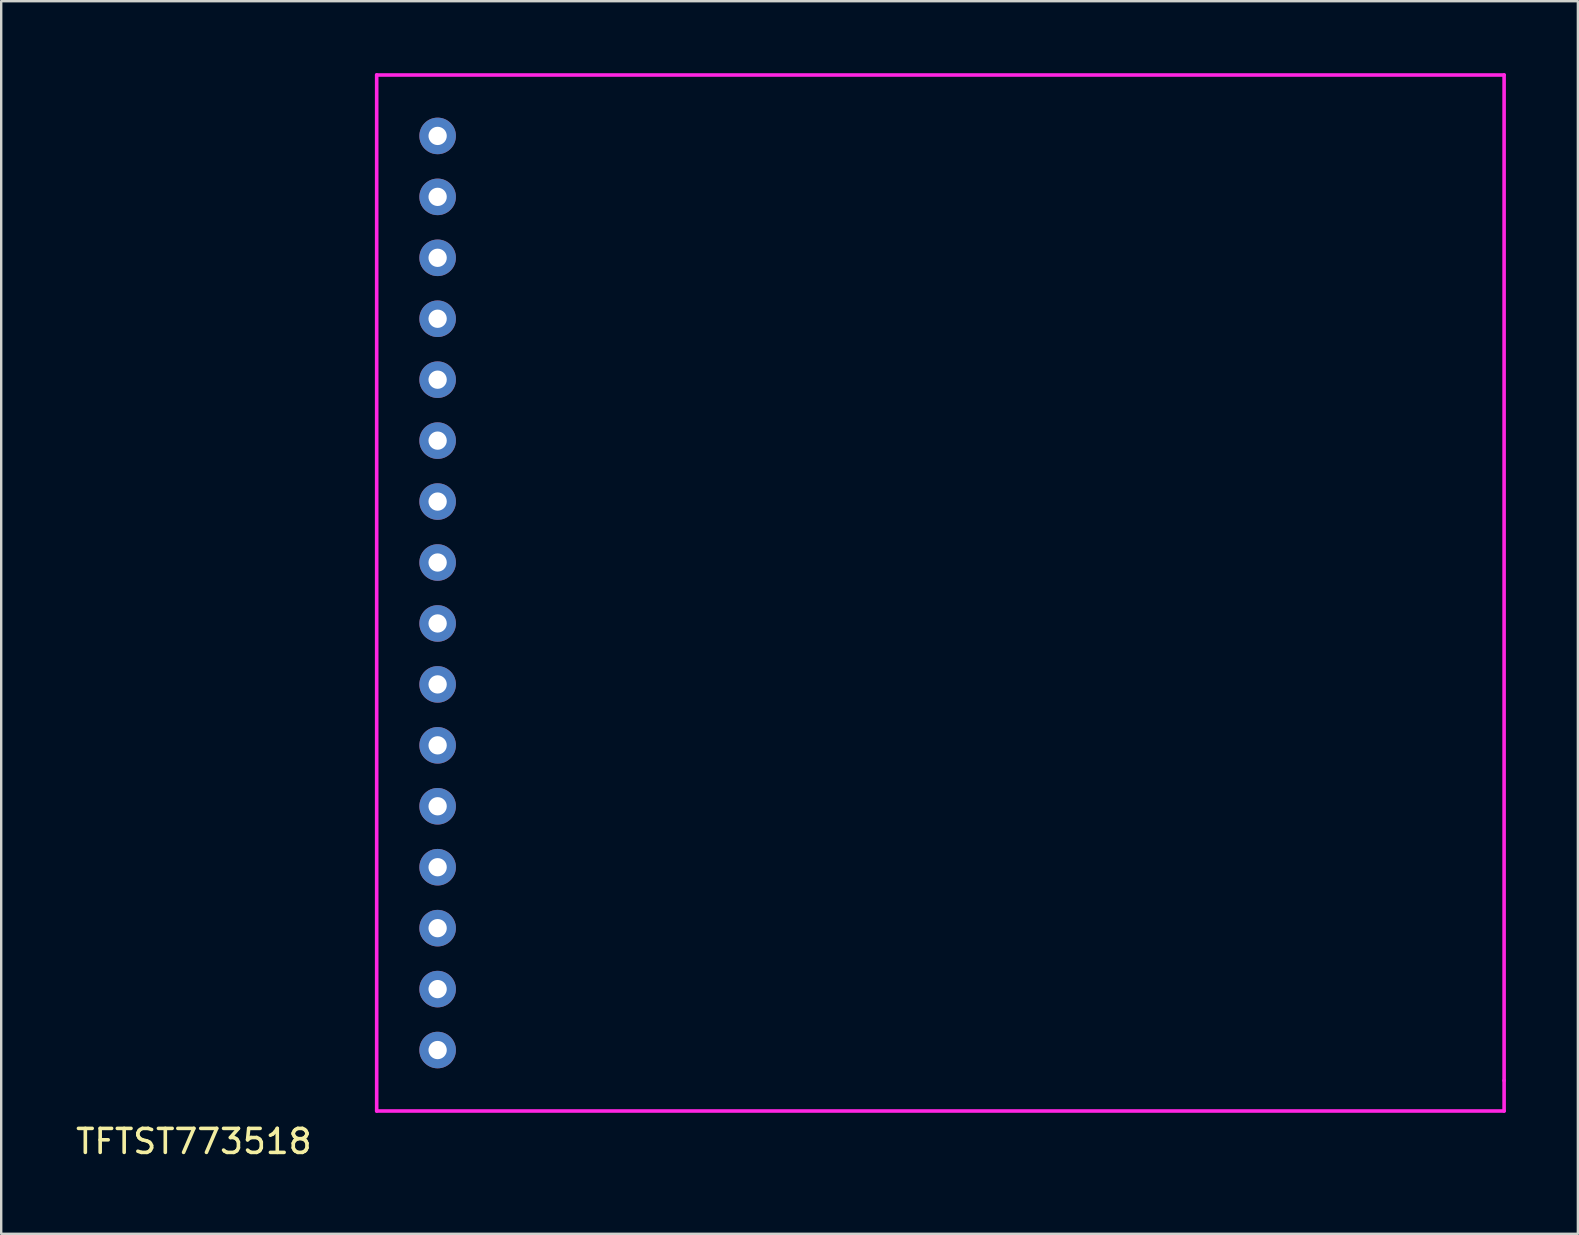
<source format=kicad_pcb>
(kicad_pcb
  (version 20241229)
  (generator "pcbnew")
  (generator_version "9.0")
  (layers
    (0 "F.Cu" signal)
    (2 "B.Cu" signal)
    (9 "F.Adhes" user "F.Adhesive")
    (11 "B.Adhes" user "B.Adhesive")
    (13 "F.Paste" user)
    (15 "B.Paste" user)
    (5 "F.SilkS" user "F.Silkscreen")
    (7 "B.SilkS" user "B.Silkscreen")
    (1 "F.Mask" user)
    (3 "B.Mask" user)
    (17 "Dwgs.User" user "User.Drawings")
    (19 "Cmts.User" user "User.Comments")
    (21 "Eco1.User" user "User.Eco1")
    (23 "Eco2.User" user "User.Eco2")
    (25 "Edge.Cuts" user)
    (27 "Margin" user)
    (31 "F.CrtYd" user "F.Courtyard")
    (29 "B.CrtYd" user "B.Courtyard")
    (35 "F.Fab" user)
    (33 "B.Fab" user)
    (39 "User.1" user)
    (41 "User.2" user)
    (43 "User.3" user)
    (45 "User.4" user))
  (footprint "TFTST773518"
    (layer "F.Cu")
    (at 15.19 40.715)
    (property "Reference" "TFTST773518" (at -10.16 3.81 0) (layer "F.SilkS") (effects (font (size 1 1) (thickness 0.15))))
    (attr through_hole)
    (fp_line (start -2.54 -40.64) (end -2.54 2.54) (stroke (width 0.15) (type solid)) (layer "F.CrtYd"))
    (fp_line (start -2.54 2.54) (end 44.45 2.54) (stroke (width 0.15) (type solid)) (layer "F.CrtYd"))
    (fp_line (start 44.45 -40.64) (end -2.54 -40.64) (stroke (width 0.15) (type solid)) (layer "F.CrtYd"))
    (fp_line (start 44.45 1.27) (end 44.45 -40.64) (stroke (width 0.15) (type solid)) (layer "F.CrtYd"))
    (fp_line (start 44.45 1.27) (end 44.45 2.54) (stroke (width 0.15) (type solid)) (layer "F.CrtYd"))
    (pad "1" thru_hole circle (at 0 0) (size 1.524 1.524) (drill 0.762) (layers "*.Cu" "*.Mask"))
    (pad "2" thru_hole circle (at 0 -2.54) (size 1.524 1.524) (drill 0.762) (layers "*.Cu" "*.Mask"))
    (pad "3" thru_hole circle (at 0 -5.08) (size 1.524 1.524) (drill 0.762) (layers "*.Cu" "*.Mask"))
    (pad "4" thru_hole circle (at 0 -7.62) (size 1.524 1.524) (drill 0.762) (layers "*.Cu" "*.Mask"))
    (pad "5" thru_hole circle (at 0 -10.16) (size 1.524 1.524) (drill 0.762) (layers "*.Cu" "*.Mask"))
    (pad "6" thru_hole circle (at 0 -12.7) (size 1.524 1.524) (drill 0.762) (layers "*.Cu" "*.Mask"))
    (pad "7" thru_hole circle (at 0 -15.24) (size 1.524 1.524) (drill 0.762) (layers "*.Cu" "*.Mask"))
    (pad "8" thru_hole circle (at 0 -17.78) (size 1.524 1.524) (drill 0.762) (layers "*.Cu" "*.Mask"))
    (pad "9" thru_hole circle (at 0 -20.32) (size 1.524 1.524) (drill 0.762) (layers "*.Cu" "*.Mask"))
    (pad "10" thru_hole circle (at 0 -22.86) (size 1.524 1.524) (drill 0.762) (layers "*.Cu" "*.Mask"))
    (pad "11" thru_hole circle (at 0 -25.4) (size 1.524 1.524) (drill 0.762) (layers "*.Cu" "*.Mask"))
    (pad "12" thru_hole circle (at 0 -27.94) (size 1.524 1.524) (drill 0.762) (layers "*.Cu" "*.Mask"))
    (pad "13" thru_hole circle (at 0 -30.48) (size 1.524 1.524) (drill 0.762) (layers "*.Cu" "*.Mask"))
    (pad "14" thru_hole circle (at 0 -33.02) (size 1.524 1.524) (drill 0.762) (layers "*.Cu" "*.Mask"))
    (pad "15" thru_hole circle (at 0 -35.56) (size 1.524 1.524) (drill 0.762) (layers "*.Cu" "*.Mask"))
    (pad "16" thru_hole circle (at 0 -38.1) (size 1.524 1.524) (drill 0.762) (layers "*.Cu" "*.Mask")))
  (gr_rect
    (start -3 -3)
    (end 62.715 48.373)
    (stroke (width 0.1) (type default))
    (fill no)
    (layer "Edge.Cuts")))
</source>
